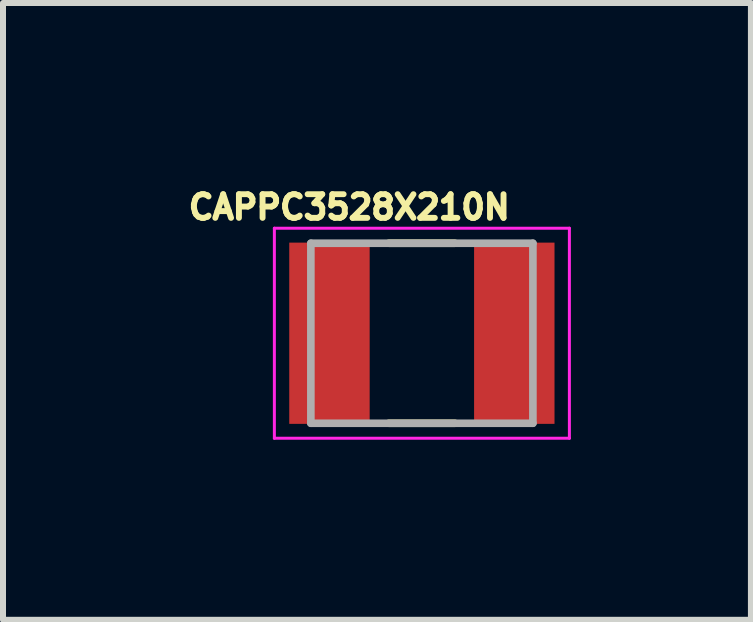
<source format=kicad_pcb>
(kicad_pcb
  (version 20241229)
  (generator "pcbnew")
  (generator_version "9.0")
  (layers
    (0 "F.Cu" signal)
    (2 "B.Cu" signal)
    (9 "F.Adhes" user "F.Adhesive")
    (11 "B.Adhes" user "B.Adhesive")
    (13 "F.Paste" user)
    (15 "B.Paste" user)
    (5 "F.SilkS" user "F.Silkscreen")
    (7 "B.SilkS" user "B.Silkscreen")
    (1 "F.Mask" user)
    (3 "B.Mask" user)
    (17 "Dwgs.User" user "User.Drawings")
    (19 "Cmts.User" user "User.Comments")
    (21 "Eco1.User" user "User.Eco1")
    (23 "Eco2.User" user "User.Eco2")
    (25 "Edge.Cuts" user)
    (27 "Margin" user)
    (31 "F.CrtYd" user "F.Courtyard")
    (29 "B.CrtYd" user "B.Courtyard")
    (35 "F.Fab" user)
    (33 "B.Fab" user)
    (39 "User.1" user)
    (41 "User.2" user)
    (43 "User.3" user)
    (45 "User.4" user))
  (footprint "CAPPC3528X210N"
    (layer "F.Cu")
    (at 3.98 2.503)
    (property "Reference" "CAPPC3528X210N" (at -1.21 -2.1 0) (layer "F.SilkS") (effects (font (size 0.394 0.394) (thickness 0.15))))
    (attr through_hole)
    (fp_line (start -0.55 -1.5) (end 0.55 -1.5) (stroke (width 0.127) (type solid)) (layer "F.SilkS"))
    (fp_line (start -0.55 1.5) (end 0.55 1.5) (stroke (width 0.127) (type solid)) (layer "F.SilkS"))
    (fp_line (start -2.458 -1.75) (end 2.458 -1.75) (stroke (width 0.05) (type solid)) (layer "F.CrtYd"))
    (fp_line (start -2.458 1.75) (end -2.458 -1.75) (stroke (width 0.05) (type solid)) (layer "F.CrtYd"))
    (fp_line (start -2.458 1.75) (end 2.458 1.75) (stroke (width 0.05) (type solid)) (layer "F.CrtYd"))
    (fp_line (start 2.458 1.75) (end 2.458 -1.75) (stroke (width 0.05) (type solid)) (layer "F.CrtYd"))
    (fp_line (start -1.85 1.5) (end -1.85 -1.5) (stroke (width 0.127) (type solid)) (layer "F.Fab"))
    (fp_line (start 1.85 -1.5) (end -1.85 -1.5) (stroke (width 0.127) (type solid)) (layer "F.Fab"))
    (fp_line (start 1.85 1.5) (end -1.85 1.5) (stroke (width 0.127) (type solid)) (layer "F.Fab"))
    (fp_line (start 1.85 1.5) (end 1.85 -1.5) (stroke (width 0.127) (type solid)) (layer "F.Fab"))
    (pad "1" smd rect (at -1.54 0) (size 1.34 3.02) (layers "F.Cu" "F.Mask" "F.Paste"))
    (pad "2" smd rect (at 1.54 0) (size 1.34 3.02) (layers "F.Cu" "F.Mask" "F.Paste")))
  (gr_rect
    (start -3 -3)
    (end 9.463 7.278)
    (stroke (width 0.1) (type default))
    (fill no)
    (layer "Edge.Cuts")))
</source>
